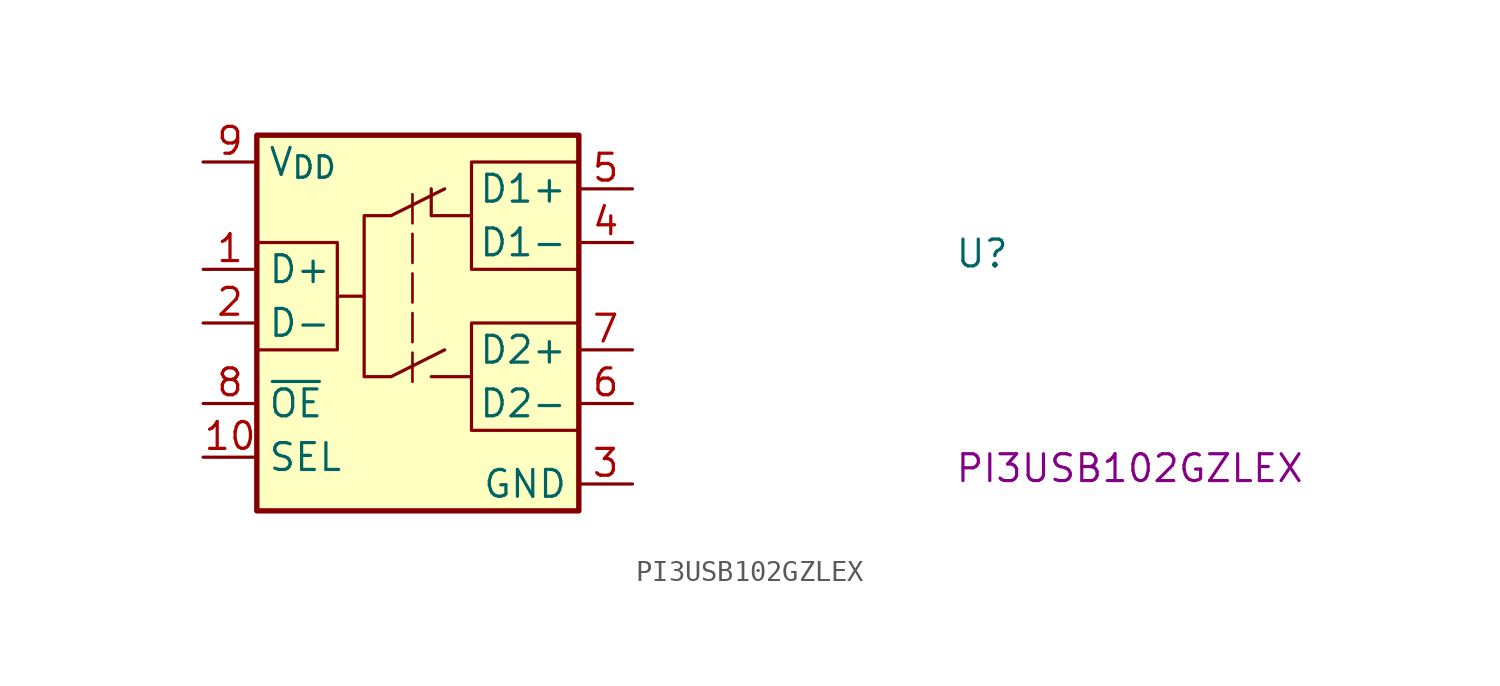
<source format=kicad_sym>
(kicad_symbol_lib
  (version 20220914)
  (generator kicad_symbol_editor)
  (symbol "PI3USB102GZLEX"
    (property "Reference" "U"
      (at 35.56 -5.08 0)
      (effects (font (size 1.27 1.27) (thickness 0.15)) (justify left bottom)))
    (property "MPN" "PI3USB102GZLEX"
      (at 35.56 -15.24 0)
      (effects (font (size 1.27 1.27) (thickness 0.15)) (justify left bottom)))
    (symbol "PI3USB102GZLEX_0_1"
      (polyline (pts (xy 12.7 -10.16) (xy 10.795 -10.16)) (stroke (width 0) (type default)) (fill (type none)))
      (polyline (pts (xy 12.7 -2.54) (xy 10.795 -2.54) (xy 10.795 -1.27)) (stroke (width 0) (type default)) (fill (type none)))
      (polyline (pts (xy 2.54 -3.81) (xy 6.35 -3.81) (xy 6.35 -8.89) (xy 2.54 -8.89)) (stroke (width 0) (type default)) (fill (type none)))
      (polyline (pts (xy 7.62 -6.35) (xy 7.62 -10.16) (xy 8.89 -10.16) (xy 11.43 -8.89)) (stroke (width 0) (type default)) (fill (type none)))
      (polyline (pts (xy 17.78 -7.62) (xy 12.7 -7.62) (xy 12.7 -12.7) (xy 17.78 -12.7)) (stroke (width 0) (type default)) (fill (type none)))
      (polyline (pts (xy 17.78 0) (xy 12.7 0) (xy 12.7 -5.08) (xy 17.78 -5.08)) (stroke (width 0) (type default)) (fill (type none)))
      (polyline (pts (xy 6.35 -6.35) (xy 7.62 -6.35) (xy 7.62 -2.54) (xy 8.89 -2.54) (xy 11.43 -1.27)) (stroke (width 0) (type default)) (fill (type none))))
    (symbol "PI3USB102GZLEX_1_1"
      (polyline (pts (xy 9.906 -1.524) (xy 9.906 -10.414)) (stroke (width 0.125) (type dash)) (fill (type none)))
      (rectangle (start 2.54 1.27) (end 17.78 -16.51) (stroke (width 0.254) (type default)) (fill (type background)))
      (pin bidirectional line (at 0 -5.08 0) (length 2.54) (name "D+" (effects (font (size 1.27 1.27)))) (number "1" (effects (font (size 1.27 1.27)))))
      (pin input line (at 0 -13.97 0) (length 2.54) (name "SEL" (effects (font (size 1.27 1.27)))) (number "10" (effects (font (size 1.27 1.27)))))
      (pin bidirectional line (at 0 -7.62 0) (length 2.54) (name "D-" (effects (font (size 1.27 1.27)))) (number "2" (effects (font (size 1.27 1.27)))))
      (pin power_in line (at 20.32 -15.24 180) (length 2.54) (name "GND" (effects (font (size 1.27 1.27)))) (number "3" (effects (font (size 1.27 1.27)))))
      (pin bidirectional line (at 20.32 -3.81 180) (length 2.54) (name "D1-" (effects (font (size 1.27 1.27)))) (number "4" (effects (font (size 1.27 1.27)))))
      (pin bidirectional line (at 20.32 -1.27 180) (length 2.54) (name "D1+" (effects (font (size 1.27 1.27)))) (number "5" (effects (font (size 1.27 1.27)))))
      (pin bidirectional line (at 20.32 -11.43 180) (length 2.54) (name "D2-" (effects (font (size 1.27 1.27)))) (number "6" (effects (font (size 1.27 1.27)))))
      (pin bidirectional line (at 20.32 -8.89 180) (length 2.54) (name "D2+" (effects (font (size 1.27 1.27)))) (number "7" (effects (font (size 1.27 1.27)))))
      (pin input line (at 0 -11.43 0) (length 2.54) (name "~{OE}" (effects (font (size 1.27 1.27)))) (number "8" (effects (font (size 1.27 1.27)))))
      (pin power_in line (at 0 0 0) (length 2.54) (name "V_{DD}" (effects (font (size 1.27 1.27)))) (number "9" (effects (font (size 1.27 1.27))))))))
</source>
